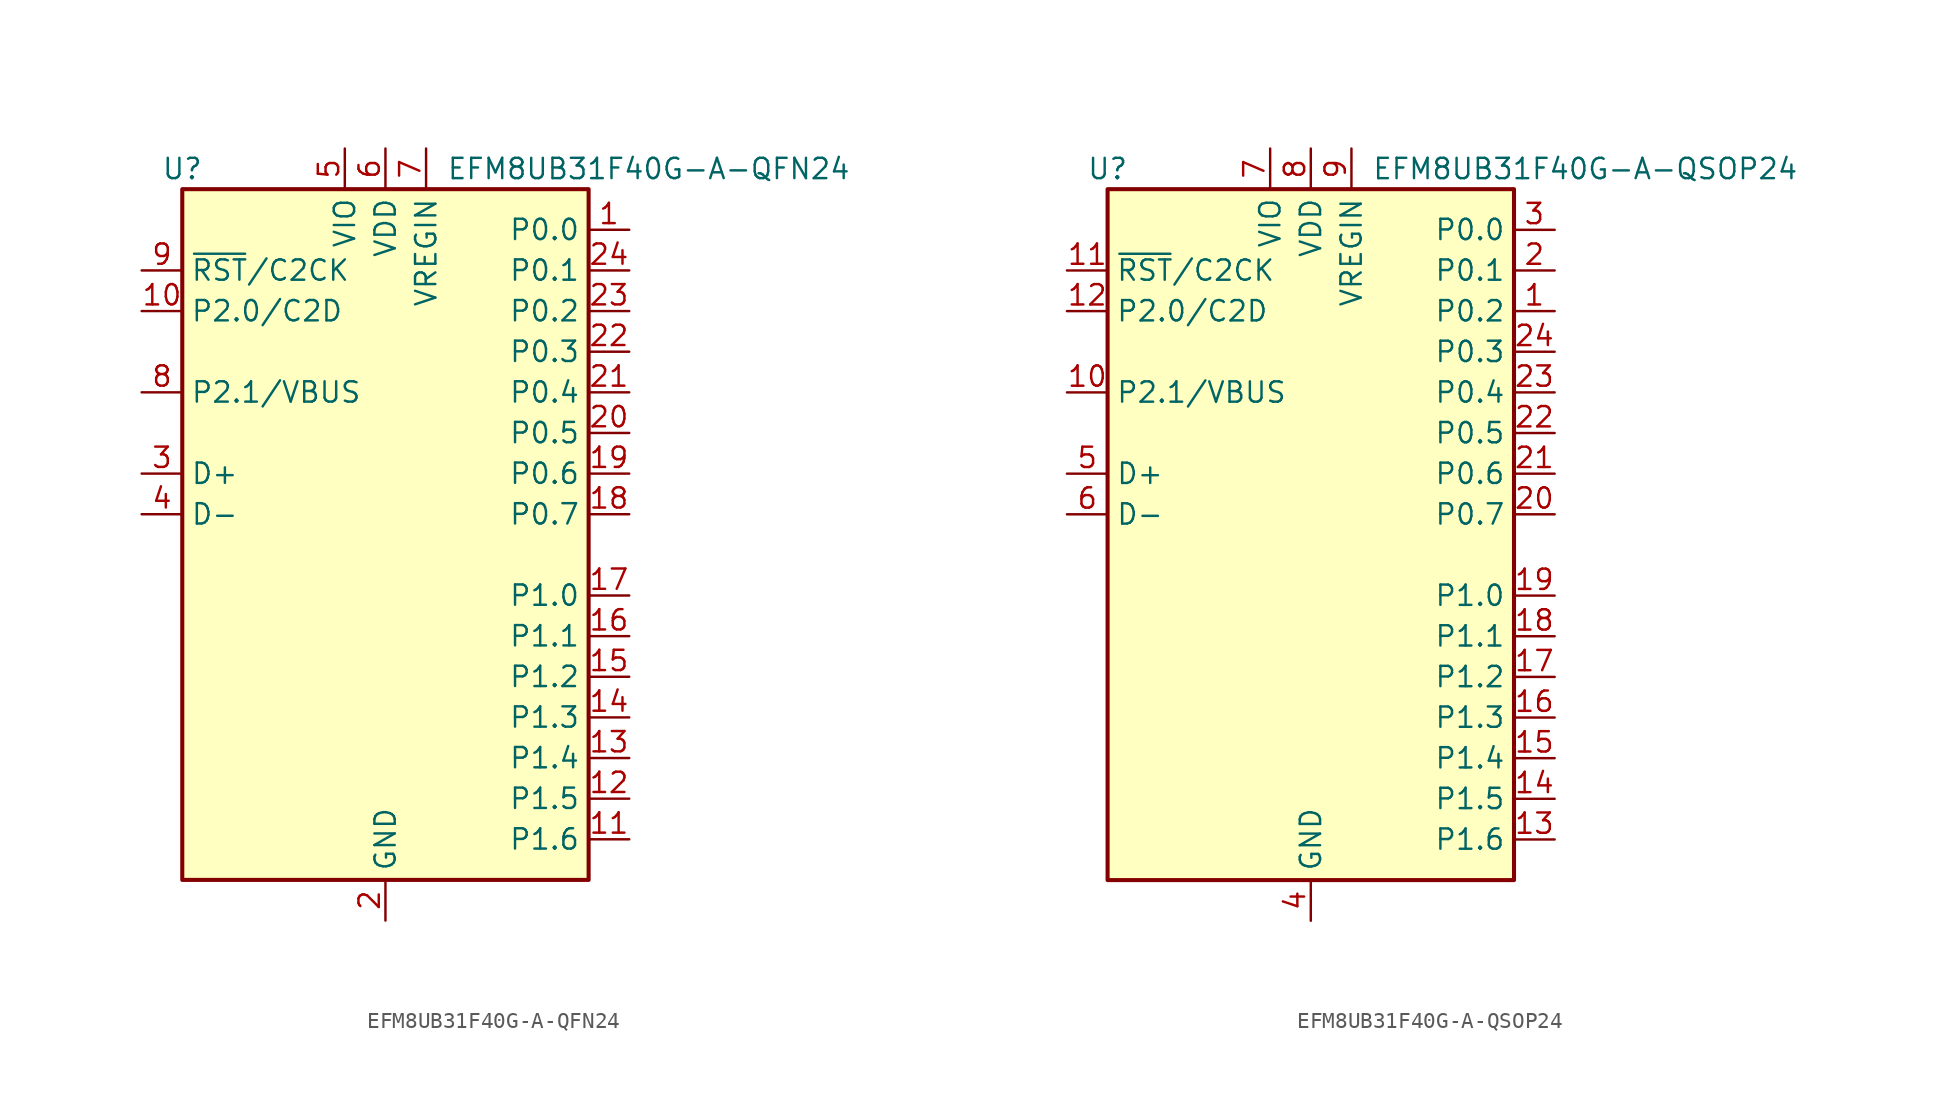
<source format=kicad_sym>
(kicad_symbol_lib
  (version 20231120)
  (generator "kicad_symbol_editor")
  (generator_version "8.0")
  (symbol "EFM8UB31F40G-A-QFN24"
    (property "Reference" "U"
      (at -12.7 24.13 0)
      (effects (font (size 1.27 1.27))))
    (property "Value" "EFM8UB31F40G-A-QFN24"
      (at 3.81 24.13 0)
      (effects (font (size 1.27 1.27)) (justify left)))
    (symbol "EFM8UB31F40G-A-QFN24_0_1"
      (rectangle (start -12.7 22.86) (end 12.7 -20.32) (stroke (width 0.254) (type default)) (fill (type background))))
    (symbol "EFM8UB31F40G-A-QFN24_1_1"
      (pin bidirectional line (at 15.24 20.32 180) (length 2.54) (name "P0.0" (effects (font (size 1.27 1.27)))) (number "1" (effects (font (size 1.27 1.27)))))
      (pin bidirectional line (at -15.24 15.24 0) (length 2.54) (name "P2.0/C2D" (effects (font (size 1.27 1.27)))) (number "10" (effects (font (size 1.27 1.27)))))
      (pin bidirectional line (at 15.24 -17.78 180) (length 2.54) (name "P1.6" (effects (font (size 1.27 1.27)))) (number "11" (effects (font (size 1.27 1.27)))))
      (pin bidirectional line (at 15.24 -15.24 180) (length 2.54) (name "P1.5" (effects (font (size 1.27 1.27)))) (number "12" (effects (font (size 1.27 1.27)))))
      (pin bidirectional line (at 15.24 -12.7 180) (length 2.54) (name "P1.4" (effects (font (size 1.27 1.27)))) (number "13" (effects (font (size 1.27 1.27)))))
      (pin bidirectional line (at 15.24 -10.16 180) (length 2.54) (name "P1.3" (effects (font (size 1.27 1.27)))) (number "14" (effects (font (size 1.27 1.27)))))
      (pin bidirectional line (at 15.24 -7.62 180) (length 2.54) (name "P1.2" (effects (font (size 1.27 1.27)))) (number "15" (effects (font (size 1.27 1.27)))))
      (pin bidirectional line (at 15.24 -5.08 180) (length 2.54) (name "P1.1" (effects (font (size 1.27 1.27)))) (number "16" (effects (font (size 1.27 1.27)))))
      (pin bidirectional line (at 15.24 -2.54 180) (length 2.54) (name "P1.0" (effects (font (size 1.27 1.27)))) (number "17" (effects (font (size 1.27 1.27)))))
      (pin bidirectional line (at 15.24 2.54 180) (length 2.54) (name "P0.7" (effects (font (size 1.27 1.27)))) (number "18" (effects (font (size 1.27 1.27)))))
      (pin bidirectional line (at 15.24 5.08 180) (length 2.54) (name "P0.6" (effects (font (size 1.27 1.27)))) (number "19" (effects (font (size 1.27 1.27)))))
      (pin power_in line (at 0 -22.86 90) (length 2.54) (name "GND" (effects (font (size 1.27 1.27)))) (number "2" (effects (font (size 1.27 1.27)))))
      (pin bidirectional line (at 15.24 7.62 180) (length 2.54) (name "P0.5" (effects (font (size 1.27 1.27)))) (number "20" (effects (font (size 1.27 1.27)))))
      (pin bidirectional line (at 15.24 10.16 180) (length 2.54) (name "P0.4" (effects (font (size 1.27 1.27)))) (number "21" (effects (font (size 1.27 1.27)))))
      (pin bidirectional line (at 15.24 12.7 180) (length 2.54) (name "P0.3" (effects (font (size 1.27 1.27)))) (number "22" (effects (font (size 1.27 1.27)))))
      (pin bidirectional line (at 15.24 15.24 180) (length 2.54) (name "P0.2" (effects (font (size 1.27 1.27)))) (number "23" (effects (font (size 1.27 1.27)))))
      (pin bidirectional line (at 15.24 17.78 180) (length 2.54) (name "P0.1" (effects (font (size 1.27 1.27)))) (number "24" (effects (font (size 1.27 1.27)))))
      (pin passive line (at 0 -22.86 90) (length 2.54) hide (name "GND" (effects (font (size 1.27 1.27)))) (number "25" (effects (font (size 1.27 1.27)))))
      (pin bidirectional line (at -15.24 5.08 0) (length 2.54) (name "D+" (effects (font (size 1.27 1.27)))) (number "3" (effects (font (size 1.27 1.27)))))
      (pin bidirectional line (at -15.24 2.54 0) (length 2.54) (name "D-" (effects (font (size 1.27 1.27)))) (number "4" (effects (font (size 1.27 1.27)))))
      (pin power_in line (at -2.54 25.4 270) (length 2.54) (name "VIO" (effects (font (size 1.27 1.27)))) (number "5" (effects (font (size 1.27 1.27)))))
      (pin power_in line (at 0 25.4 270) (length 2.54) (name "VDD" (effects (font (size 1.27 1.27)))) (number "6" (effects (font (size 1.27 1.27)))))
      (pin power_in line (at 2.54 25.4 270) (length 2.54) (name "VREGIN" (effects (font (size 1.27 1.27)))) (number "7" (effects (font (size 1.27 1.27)))))
      (pin bidirectional line (at -15.24 10.16 0) (length 2.54) (name "P2.1/VBUS" (effects (font (size 1.27 1.27)))) (number "8" (effects (font (size 1.27 1.27)))))
      (pin bidirectional line (at -15.24 17.78 0) (length 2.54) (name "~{RST}/C2CK" (effects (font (size 1.27 1.27)))) (number "9" (effects (font (size 1.27 1.27)))))))
  (symbol "EFM8UB31F40G-A-QSOP24"
    (property "Reference" "U"
      (at -12.7 24.13 0)
      (effects (font (size 1.27 1.27))))
    (property "Value" "EFM8UB31F40G-A-QSOP24"
      (at 3.81 24.13 0)
      (effects (font (size 1.27 1.27)) (justify left)))
    (symbol "EFM8UB31F40G-A-QSOP24_1_1"
      (rectangle (start -12.7 22.86) (end 12.7 -20.32) (stroke (width 0.254) (type default)) (fill (type background)))
      (pin bidirectional line (at 15.24 15.24 180) (length 2.54) (name "P0.2" (effects (font (size 1.27 1.27)))) (number "1" (effects (font (size 1.27 1.27)))))
      (pin bidirectional line (at -15.24 10.16 0) (length 2.54) (name "P2.1/VBUS" (effects (font (size 1.27 1.27)))) (number "10" (effects (font (size 1.27 1.27)))))
      (pin bidirectional line (at -15.24 17.78 0) (length 2.54) (name "~{RST}/C2CK" (effects (font (size 1.27 1.27)))) (number "11" (effects (font (size 1.27 1.27)))))
      (pin bidirectional line (at -15.24 15.24 0) (length 2.54) (name "P2.0/C2D" (effects (font (size 1.27 1.27)))) (number "12" (effects (font (size 1.27 1.27)))))
      (pin bidirectional line (at 15.24 -17.78 180) (length 2.54) (name "P1.6" (effects (font (size 1.27 1.27)))) (number "13" (effects (font (size 1.27 1.27)))))
      (pin bidirectional line (at 15.24 -15.24 180) (length 2.54) (name "P1.5" (effects (font (size 1.27 1.27)))) (number "14" (effects (font (size 1.27 1.27)))))
      (pin bidirectional line (at 15.24 -12.7 180) (length 2.54) (name "P1.4" (effects (font (size 1.27 1.27)))) (number "15" (effects (font (size 1.27 1.27)))))
      (pin bidirectional line (at 15.24 -10.16 180) (length 2.54) (name "P1.3" (effects (font (size 1.27 1.27)))) (number "16" (effects (font (size 1.27 1.27)))))
      (pin bidirectional line (at 15.24 -7.62 180) (length 2.54) (name "P1.2" (effects (font (size 1.27 1.27)))) (number "17" (effects (font (size 1.27 1.27)))))
      (pin bidirectional line (at 15.24 -5.08 180) (length 2.54) (name "P1.1" (effects (font (size 1.27 1.27)))) (number "18" (effects (font (size 1.27 1.27)))))
      (pin bidirectional line (at 15.24 -2.54 180) (length 2.54) (name "P1.0" (effects (font (size 1.27 1.27)))) (number "19" (effects (font (size 1.27 1.27)))))
      (pin bidirectional line (at 15.24 17.78 180) (length 2.54) (name "P0.1" (effects (font (size 1.27 1.27)))) (number "2" (effects (font (size 1.27 1.27)))))
      (pin bidirectional line (at 15.24 2.54 180) (length 2.54) (name "P0.7" (effects (font (size 1.27 1.27)))) (number "20" (effects (font (size 1.27 1.27)))))
      (pin bidirectional line (at 15.24 5.08 180) (length 2.54) (name "P0.6" (effects (font (size 1.27 1.27)))) (number "21" (effects (font (size 1.27 1.27)))))
      (pin bidirectional line (at 15.24 7.62 180) (length 2.54) (name "P0.5" (effects (font (size 1.27 1.27)))) (number "22" (effects (font (size 1.27 1.27)))))
      (pin bidirectional line (at 15.24 10.16 180) (length 2.54) (name "P0.4" (effects (font (size 1.27 1.27)))) (number "23" (effects (font (size 1.27 1.27)))))
      (pin bidirectional line (at 15.24 12.7 180) (length 2.54) (name "P0.3" (effects (font (size 1.27 1.27)))) (number "24" (effects (font (size 1.27 1.27)))))
      (pin bidirectional line (at 15.24 20.32 180) (length 2.54) (name "P0.0" (effects (font (size 1.27 1.27)))) (number "3" (effects (font (size 1.27 1.27)))))
      (pin power_in line (at 0 -22.86 90) (length 2.54) (name "GND" (effects (font (size 1.27 1.27)))) (number "4" (effects (font (size 1.27 1.27)))))
      (pin bidirectional line (at -15.24 5.08 0) (length 2.54) (name "D+" (effects (font (size 1.27 1.27)))) (number "5" (effects (font (size 1.27 1.27)))))
      (pin bidirectional line (at -15.24 2.54 0) (length 2.54) (name "D-" (effects (font (size 1.27 1.27)))) (number "6" (effects (font (size 1.27 1.27)))))
      (pin power_in line (at -2.54 25.4 270) (length 2.54) (name "VIO" (effects (font (size 1.27 1.27)))) (number "7" (effects (font (size 1.27 1.27)))))
      (pin power_in line (at 0 25.4 270) (length 2.54) (name "VDD" (effects (font (size 1.27 1.27)))) (number "8" (effects (font (size 1.27 1.27)))))
      (pin power_in line (at 2.54 25.4 270) (length 2.54) (name "VREGIN" (effects (font (size 1.27 1.27)))) (number "9" (effects (font (size 1.27 1.27))))))))
</source>
